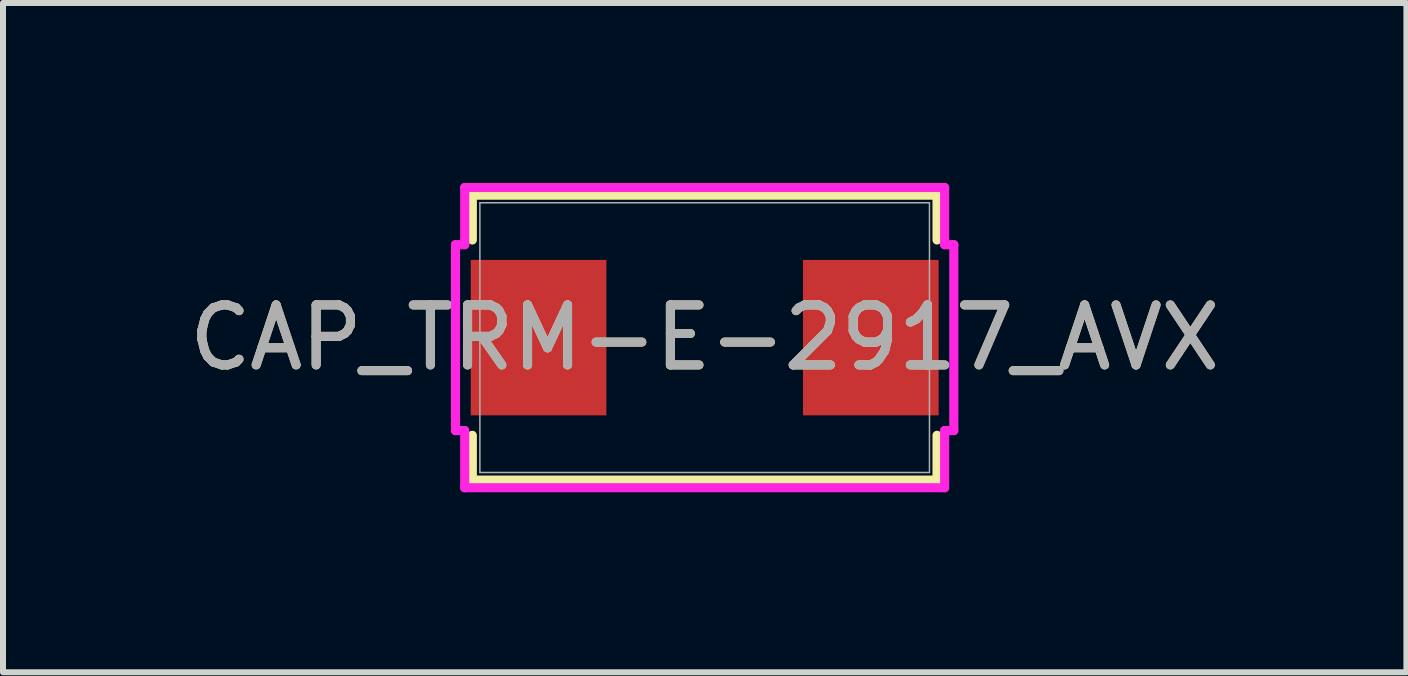
<source format=kicad_pcb>
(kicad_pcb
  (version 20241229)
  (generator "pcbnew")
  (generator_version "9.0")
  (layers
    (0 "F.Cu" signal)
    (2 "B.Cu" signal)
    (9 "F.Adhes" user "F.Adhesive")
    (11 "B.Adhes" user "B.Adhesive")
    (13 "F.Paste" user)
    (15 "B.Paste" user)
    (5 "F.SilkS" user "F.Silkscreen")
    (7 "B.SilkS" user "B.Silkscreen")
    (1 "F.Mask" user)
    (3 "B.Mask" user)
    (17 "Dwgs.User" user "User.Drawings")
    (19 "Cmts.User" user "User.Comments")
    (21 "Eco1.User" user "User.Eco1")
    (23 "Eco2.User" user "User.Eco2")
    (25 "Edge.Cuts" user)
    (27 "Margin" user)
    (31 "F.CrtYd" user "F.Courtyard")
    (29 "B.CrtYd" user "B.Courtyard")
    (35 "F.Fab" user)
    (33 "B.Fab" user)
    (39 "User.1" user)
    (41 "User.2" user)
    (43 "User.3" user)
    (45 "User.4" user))
  (footprint "CAP_TRM-E-2917_AVX"
    (layer "F.Cu")
    (at 8.696 2.578)
    (property "Reference" "CAP_TRM-E-2917_AVX" (at 0 0 0) (unlocked yes) (layer "F.SilkS") (effects (font (size 1 1) (thickness 0.15))))
    (attr smd)
    (fp_line (start -3.873 -2.375) (end -3.873 -1.628) (stroke (width 0.152) (type solid)) (layer "F.SilkS"))
    (fp_line (start -3.873 1.628) (end -3.873 2.375) (stroke (width 0.152) (type solid)) (layer "F.SilkS"))
    (fp_line (start -3.873 2.375) (end 3.873 2.375) (stroke (width 0.152) (type solid)) (layer "F.SilkS"))
    (fp_line (start 3.873 -2.375) (end -3.873 -2.375) (stroke (width 0.152) (type solid)) (layer "F.SilkS"))
    (fp_line (start 3.873 -1.628) (end 3.873 -2.375) (stroke (width 0.152) (type solid)) (layer "F.SilkS"))
    (fp_line (start 3.873 2.375) (end 3.873 1.628) (stroke (width 0.152) (type solid)) (layer "F.SilkS"))
    (fp_line (start -4.153 -1.549) (end -4 -1.549) (stroke (width 0.152) (type solid)) (layer "F.CrtYd"))
    (fp_line (start -4.153 1.549) (end -4.153 -1.549) (stroke (width 0.152) (type solid)) (layer "F.CrtYd"))
    (fp_line (start -4 -2.502) (end 4 -2.502) (stroke (width 0.152) (type solid)) (layer "F.CrtYd"))
    (fp_line (start -4 -1.549) (end -4 -2.502) (stroke (width 0.152) (type solid)) (layer "F.CrtYd"))
    (fp_line (start -4 1.549) (end -4.153 1.549) (stroke (width 0.152) (type solid)) (layer "F.CrtYd"))
    (fp_line (start -4 2.502) (end -4 1.549) (stroke (width 0.152) (type solid)) (layer "F.CrtYd"))
    (fp_line (start 4 -2.502) (end 4 -1.549) (stroke (width 0.152) (type solid)) (layer "F.CrtYd"))
    (fp_line (start 4 -1.549) (end 4.153 -1.549) (stroke (width 0.152) (type solid)) (layer "F.CrtYd"))
    (fp_line (start 4 1.549) (end 4 2.502) (stroke (width 0.152) (type solid)) (layer "F.CrtYd"))
    (fp_line (start 4 2.502) (end -4 2.502) (stroke (width 0.152) (type solid)) (layer "F.CrtYd"))
    (fp_line (start 4.153 -1.549) (end 4.153 1.549) (stroke (width 0.152) (type solid)) (layer "F.CrtYd"))
    (fp_line (start 4.153 1.549) (end 4 1.549) (stroke (width 0.152) (type solid)) (layer "F.CrtYd"))
    (fp_line (start -3.747 -2.248) (end -3.747 2.248) (stroke (width 0.025) (type solid)) (layer "F.Fab"))
    (fp_line (start -3.747 2.248) (end 3.747 2.248) (stroke (width 0.025) (type solid)) (layer "F.Fab"))
    (fp_line (start 3.747 -2.248) (end -3.747 -2.248) (stroke (width 0.025) (type solid)) (layer "F.Fab"))
    (fp_line (start 3.747 2.248) (end 3.747 -2.248) (stroke (width 0.025) (type solid)) (layer "F.Fab"))
    (fp_circle (center -3.493 0) (end -3.493 0) (stroke (width 0.025) (type solid)) (fill no) (layer "F.Fab"))
    (fp_text user "${REFERENCE}" (at 0 0 0) (unlocked yes) (layer "F.Fab") (effects (font (size 1 1) (thickness 0.15))))
    (pad "1" smd rect (at -2.769 0 90) (size 2.591 2.261) (layers "F.Cu" "F.Mask" "F.Paste"))
    (pad "2" smd rect (at 2.769 0 90) (size 2.591 2.261) (layers "F.Cu" "F.Mask" "F.Paste"))
    (zone (net_name "") (layer "F.Cu") (hatch full 0.508) (connect_pads) (min_thickness 0.254) (filled_areas_thickness no) (keepout (tracks not_allowed) (vias not_allowed) (pads allowed) (copperpour not_allowed) (footprints allowed)) (placement (enabled no)) (fill) (polygon (pts (xy 5.001 0.381) (xy 12.392 0.381) (xy 12.392 1.232) (xy 5.001 1.232))))
    (zone (net_name "") (layer "F.Cu") (hatch full 0.508) (connect_pads) (min_thickness 0.254) (filled_areas_thickness no) (keepout (tracks not_allowed) (vias not_allowed) (pads allowed) (copperpour not_allowed) (footprints allowed)) (placement (enabled no)) (fill) (polygon (pts (xy 5.001 3.924) (xy 12.392 3.924) (xy 12.392 4.775) (xy 5.001 4.775))))
    (zone (net_name "") (layer "F.Cu") (hatch full 0.508) (connect_pads) (min_thickness 0.254) (filled_areas_thickness no) (keepout (tracks not_allowed) (vias not_allowed) (pads allowed) (copperpour not_allowed) (footprints allowed)) (placement (enabled no)) (fill) (polygon (pts (xy 7.109 1.232) (xy 10.284 1.232) (xy 10.284 3.924) (xy 7.109 3.924)))))
  (gr_rect
    (start -3 -3)
    (end 20.393 8.156)
    (stroke (width 0.1) (type default))
    (fill no)
    (layer "Edge.Cuts")))
</source>
